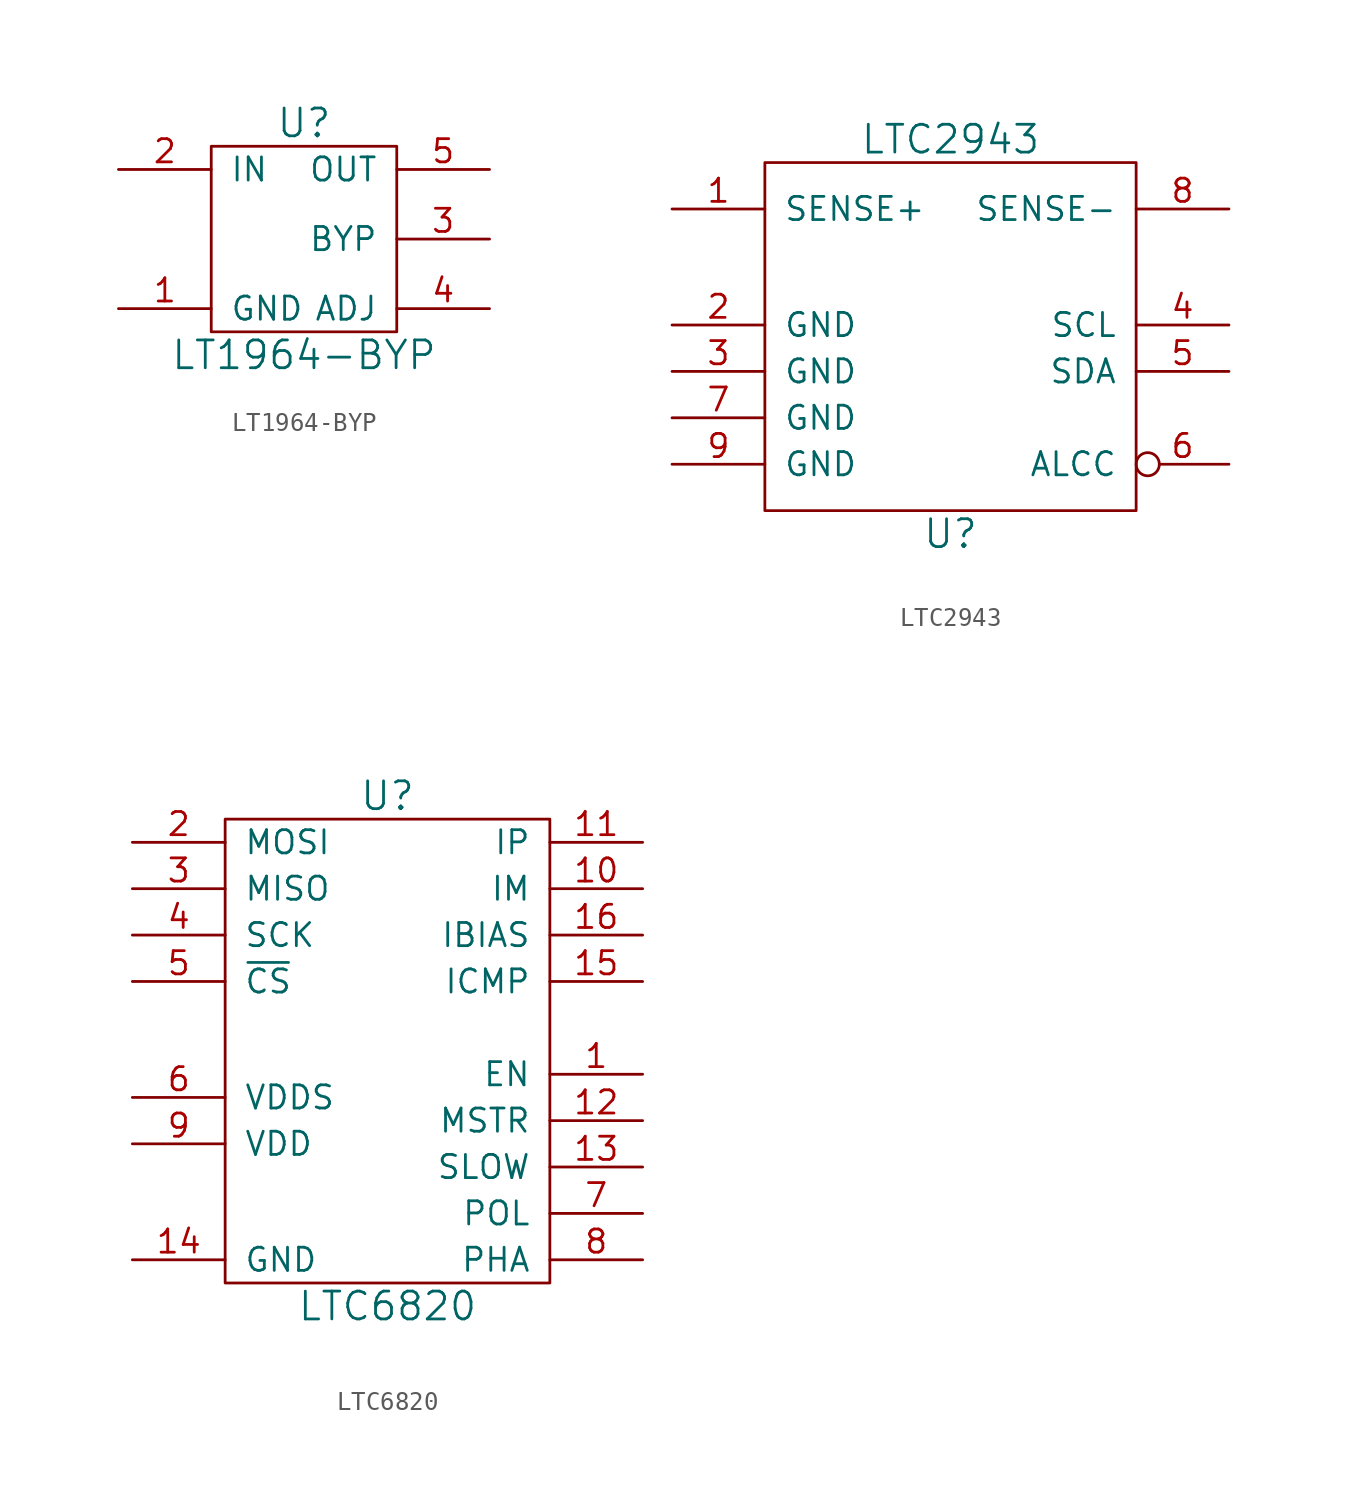
<source format=kicad_sym>
(kicad_symbol_lib
  (version 20211014)
  (generator kicad_symbol_editor)
  (symbol "LT1964-BYP"
    (pin_names
      (offset 1.016))
    (property "Reference" "U"
      (at 0 11.43 0)
      (effects (font (size 1.524 1.524))))
    (property "Value" "LT1964-BYP"
      (at 0 -1.27 0)
      (effects (font (size 1.524 1.524))))
    (symbol "LT1964-BYP_0_1"
      (rectangle (start -5.08 10.16) (end 5.08 0) (stroke (width 0) (type default) (color 0 0 0 0)) (fill (type none))))
    (symbol "LT1964-BYP_1_1"
      (pin power_in line (at -10.16 1.27 0) (length 5.08) (name "GND" (effects (font (size 1.27 1.27)))) (number "1" (effects (font (size 1.27 1.27)))))
      (pin power_in line (at -10.16 8.89 0) (length 5.08) (name "IN" (effects (font (size 1.27 1.27)))) (number "2" (effects (font (size 1.27 1.27)))))
      (pin input line (at 10.16 5.08 180) (length 5.08) (name "BYP" (effects (font (size 1.27 1.27)))) (number "3" (effects (font (size 1.27 1.27)))))
      (pin input line (at 10.16 1.27 180) (length 5.08) (name "ADJ" (effects (font (size 1.27 1.27)))) (number "4" (effects (font (size 1.27 1.27)))))
      (pin power_out line (at 10.16 8.89 180) (length 5.08) (name "OUT" (effects (font (size 1.27 1.27)))) (number "5" (effects (font (size 1.27 1.27)))))))
  (symbol "LTC2943"
    (pin_names
      (offset 1.016))
    (property "Reference" "U"
      (at 0 -10.16 0)
      (effects (font (size 1.524 1.524))))
    (property "Value" "LTC2943"
      (at 0 11.43 0)
      (effects (font (size 1.524 1.524))))
    (symbol "LTC2943_0_1"
      (rectangle (start -10.16 10.16) (end 10.16 -8.89) (stroke (width 0) (type default) (color 0 0 0 0)) (fill (type none))))
    (symbol "LTC2943_1_1"
      (pin input line (at -15.24 7.62 0) (length 5.08) (name "SENSE+" (effects (font (size 1.27 1.27)))) (number "1" (effects (font (size 1.27 1.27)))))
      (pin input line (at -15.24 1.27 0) (length 5.08) (name "GND" (effects (font (size 1.27 1.27)))) (number "2" (effects (font (size 1.27 1.27)))))
      (pin input line (at -15.24 -1.27 0) (length 5.08) (name "GND" (effects (font (size 1.27 1.27)))) (number "3" (effects (font (size 1.27 1.27)))))
      (pin input line (at 15.24 1.27 180) (length 5.08) (name "SCL" (effects (font (size 1.27 1.27)))) (number "4" (effects (font (size 1.27 1.27)))))
      (pin input line (at 15.24 -1.27 180) (length 5.08) (name "SDA" (effects (font (size 1.27 1.27)))) (number "5" (effects (font (size 1.27 1.27)))))
      (pin input inverted (at 15.24 -6.35 180) (length 5.08) (name "ALCC" (effects (font (size 1.27 1.27)))) (number "6" (effects (font (size 1.27 1.27)))))
      (pin input line (at -15.24 -3.81 0) (length 5.08) (name "GND" (effects (font (size 1.27 1.27)))) (number "7" (effects (font (size 1.27 1.27)))))
      (pin input line (at 15.24 7.62 180) (length 5.08) (name "SENSE-" (effects (font (size 1.27 1.27)))) (number "8" (effects (font (size 1.27 1.27)))))
      (pin input line (at -15.24 -6.35 0) (length 5.08) (name "GND" (effects (font (size 1.27 1.27)))) (number "9" (effects (font (size 1.27 1.27)))))))
  (symbol "LTC6820"
    (pin_names
      (offset 1.016))
    (property "Reference" "U"
      (at 0 26.67 0)
      (effects (font (size 1.524 1.524))))
    (property "Value" "LTC6820"
      (at 0 -1.27 0)
      (effects (font (size 1.524 1.524))))
    (symbol "LTC6820_0_1"
      (rectangle (start -8.89 25.4) (end 8.89 0) (stroke (width 0) (type default) (color 0 0 0 0)) (fill (type none))))
    (symbol "LTC6820_1_1"
      (pin input line (at 13.97 11.43 180) (length 5.08) (name "EN" (effects (font (size 1.27 1.27)))) (number "1" (effects (font (size 1.27 1.27)))))
      (pin bidirectional line (at 13.97 21.59 180) (length 5.08) (name "IM" (effects (font (size 1.27 1.27)))) (number "10" (effects (font (size 1.27 1.27)))))
      (pin bidirectional line (at 13.97 24.13 180) (length 5.08) (name "IP" (effects (font (size 1.27 1.27)))) (number "11" (effects (font (size 1.27 1.27)))))
      (pin input line (at 13.97 8.89 180) (length 5.08) (name "MSTR" (effects (font (size 1.27 1.27)))) (number "12" (effects (font (size 1.27 1.27)))))
      (pin input line (at 13.97 6.35 180) (length 5.08) (name "SLOW" (effects (font (size 1.27 1.27)))) (number "13" (effects (font (size 1.27 1.27)))))
      (pin power_in line (at -13.97 1.27 0) (length 5.08) (name "GND" (effects (font (size 1.27 1.27)))) (number "14" (effects (font (size 1.27 1.27)))))
      (pin input line (at 13.97 16.51 180) (length 5.08) (name "ICMP" (effects (font (size 1.27 1.27)))) (number "15" (effects (font (size 1.27 1.27)))))
      (pin output line (at 13.97 19.05 180) (length 5.08) (name "IBIAS" (effects (font (size 1.27 1.27)))) (number "16" (effects (font (size 1.27 1.27)))))
      (pin bidirectional line (at -13.97 24.13 0) (length 5.08) (name "MOSI" (effects (font (size 1.27 1.27)))) (number "2" (effects (font (size 1.27 1.27)))))
      (pin bidirectional line (at -13.97 21.59 0) (length 5.08) (name "MISO" (effects (font (size 1.27 1.27)))) (number "3" (effects (font (size 1.27 1.27)))))
      (pin bidirectional line (at -13.97 19.05 0) (length 5.08) (name "SCK" (effects (font (size 1.27 1.27)))) (number "4" (effects (font (size 1.27 1.27)))))
      (pin bidirectional line (at -13.97 16.51 0) (length 5.08) (name "~{CS}" (effects (font (size 1.27 1.27)))) (number "5" (effects (font (size 1.27 1.27)))))
      (pin power_in line (at -13.97 10.16 0) (length 5.08) (name "VDDS" (effects (font (size 1.27 1.27)))) (number "6" (effects (font (size 1.27 1.27)))))
      (pin input line (at 13.97 3.81 180) (length 5.08) (name "POL" (effects (font (size 1.27 1.27)))) (number "7" (effects (font (size 1.27 1.27)))))
      (pin input line (at 13.97 1.27 180) (length 5.08) (name "PHA" (effects (font (size 1.27 1.27)))) (number "8" (effects (font (size 1.27 1.27)))))
      (pin power_in line (at -13.97 7.62 0) (length 5.08) (name "VDD" (effects (font (size 1.27 1.27)))) (number "9" (effects (font (size 1.27 1.27))))))))
</source>
